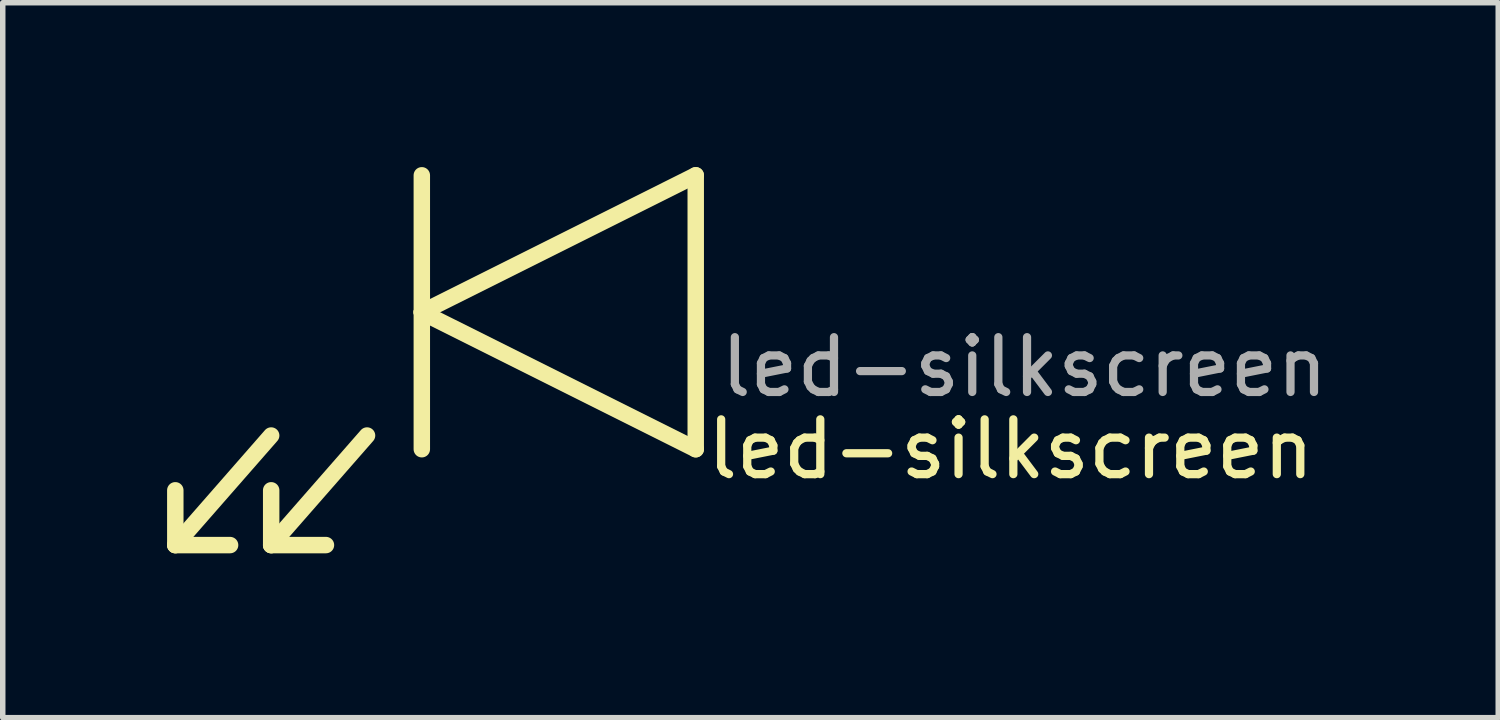
<source format=kicad_pcb>
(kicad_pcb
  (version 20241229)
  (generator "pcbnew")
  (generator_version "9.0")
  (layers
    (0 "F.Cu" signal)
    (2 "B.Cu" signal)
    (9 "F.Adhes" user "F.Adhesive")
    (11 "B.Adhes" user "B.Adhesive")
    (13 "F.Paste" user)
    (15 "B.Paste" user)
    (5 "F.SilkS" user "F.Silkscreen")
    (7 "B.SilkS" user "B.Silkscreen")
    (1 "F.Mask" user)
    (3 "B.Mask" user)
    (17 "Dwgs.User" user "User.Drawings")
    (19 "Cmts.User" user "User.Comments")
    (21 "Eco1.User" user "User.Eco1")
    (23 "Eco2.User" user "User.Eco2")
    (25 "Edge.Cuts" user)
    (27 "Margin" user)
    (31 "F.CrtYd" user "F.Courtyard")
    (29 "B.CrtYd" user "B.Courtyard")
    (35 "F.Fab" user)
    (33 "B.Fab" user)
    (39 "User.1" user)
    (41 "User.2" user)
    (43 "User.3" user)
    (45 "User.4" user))
  (footprint "led-silkscreen"
    (layer "F.Cu")
    (at 9.65 5.15)
    (property "Reference" "led-silkscreen" (at 5.75 0 0) (unlocked yes) (layer "F.SilkS") (effects (font (size 1 1) (thickness 0.15))))
    (attr board_only exclude_from_pos_files exclude_from_bom)
    (fp_line (start -9.5 1.75) (end -9.5 0.75) (stroke (width 0.3) (type solid)) (layer "F.SilkS"))
    (fp_line (start -8.5 1.75) (end -9.5 1.75) (stroke (width 0.3) (type solid)) (layer "F.SilkS"))
    (fp_line (start -7.75 -0.25) (end -9.5 1.75) (stroke (width 0.3) (type solid)) (layer "F.SilkS"))
    (fp_line (start -7.75 1.75) (end -7.75 0.75) (stroke (width 0.3) (type solid)) (layer "F.SilkS"))
    (fp_line (start -6.75 1.75) (end -7.75 1.75) (stroke (width 0.3) (type solid)) (layer "F.SilkS"))
    (fp_line (start -6 -0.25) (end -7.75 1.75) (stroke (width 0.3) (type solid)) (layer "F.SilkS"))
    (fp_line (start -5 -5) (end -5 -2.5) (stroke (width 0.3) (type solid)) (layer "F.SilkS"))
    (fp_line (start -5 -2.5) (end -5 -5) (stroke (width 0.12) (type solid)) (layer "F.SilkS"))
    (fp_line (start -5 -2.5) (end -5 0) (stroke (width 0.3) (type solid)) (layer "F.SilkS"))
    (fp_line (start 0 -5) (end -5 -2.5) (stroke (width 0.3) (type solid)) (layer "F.SilkS"))
    (fp_line (start 0 0) (end -5 -2.5) (stroke (width 0.3) (type solid)) (layer "F.SilkS"))
    (fp_line (start 0 0) (end 0 -5) (stroke (width 0.3) (type solid)) (layer "F.SilkS"))
    (fp_text user "${REFERENCE}" (at 6 -1.5 0) (unlocked yes) (layer "F.Fab") (effects (font (size 1 1) (thickness 0.15)))))
  (gr_rect
    (start -3 -3)
    (end 24.299 10.05)
    (stroke (width 0.1) (type default))
    (fill no)
    (layer "Edge.Cuts")))
</source>
